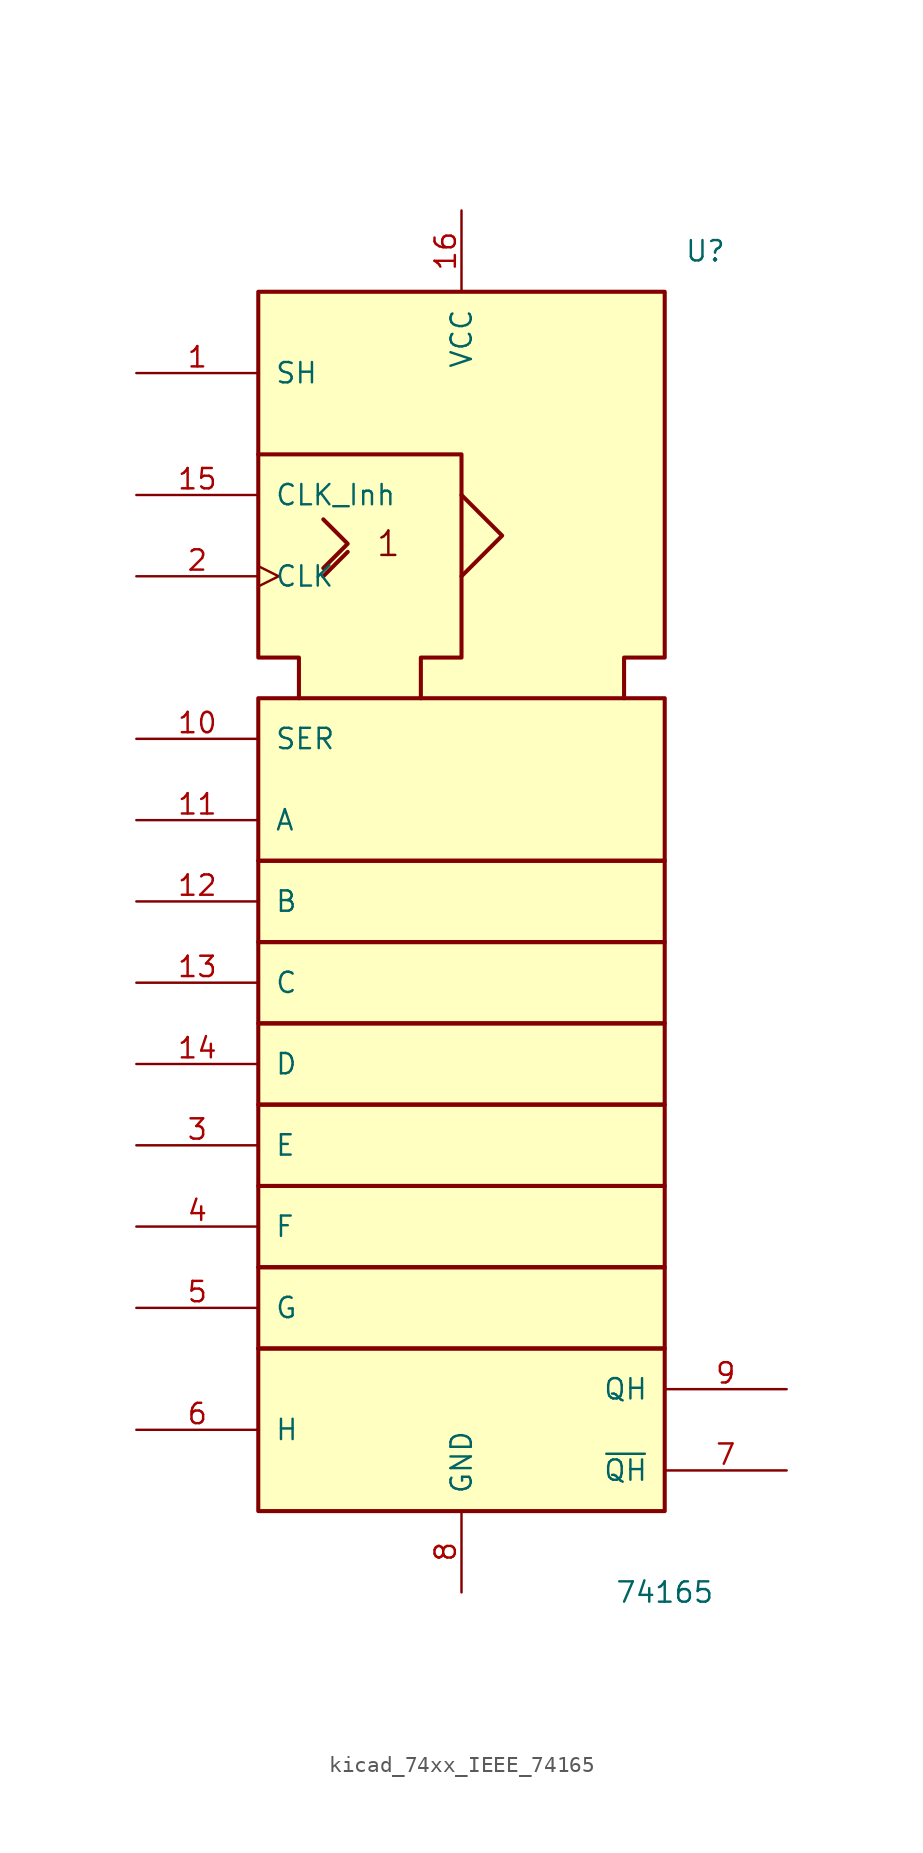
<source format=kicad_sym>
(kicad_symbol_lib
  (version 20220914)
  (generator kicad_symbol_editor)
  (symbol "kicad_74xx_IEEE_74165"
    (pin_names
      (offset 1.016))
    (property "Reference" "U"
      (at 15.24 30.48 0)
      (effects (font (size 1.27 1.27))))
    (property "Value" "74165"
      (at 12.7 -53.34 0)
      (effects (font (size 1.27 1.27))))
    (symbol "kicad_74xx_IEEE_74165_0_0"
      (rectangle (start -12.7 -38.1) (end -12.7 -38.1) (stroke (width 0.254) (type default)) (fill (type background)))
      (rectangle (start -12.7 -38.1) (end 12.7 -48.26) (stroke (width 0.254) (type default)) (fill (type background)))
      (rectangle (start -12.7 -33.02) (end 12.7 -38.1) (stroke (width 0.254) (type default)) (fill (type background)))
      (rectangle (start -12.7 -27.94) (end 12.7 -33.02) (stroke (width 0.254) (type default)) (fill (type background)))
      (rectangle (start -12.7 -22.86) (end 12.7 -27.94) (stroke (width 0.254) (type default)) (fill (type background)))
      (rectangle (start -12.7 -17.78) (end 12.7 -22.86) (stroke (width 0.254) (type default)) (fill (type background)))
      (rectangle (start -12.7 -12.7) (end 12.7 -17.78) (stroke (width 0.254) (type default)) (fill (type background)))
      (rectangle (start -12.7 -7.62) (end 12.7 -12.7) (stroke (width 0.254) (type default)) (fill (type background)))
      (rectangle (start -12.7 2.54) (end 12.7 -7.62) (stroke (width 0.254) (type default)) (fill (type background)))
      (polyline (pts (xy -8.636 10.16) (xy -7.112 11.684) (xy -7.112 11.684)) (stroke (width 0.254) (type default)) (fill (type background)))
      (polyline (pts (xy -8.636 13.716) (xy -7.112 12.192) (xy -8.636 10.668) (xy -8.636 10.668)) (stroke (width 0.254) (type default)) (fill (type background)))
      (polyline (pts (xy 0 15.24) (xy 2.54 12.7) (xy 0 10.16) (xy 0 10.16)) (stroke (width 0.254) (type default)) (fill (type background)))
      (polyline (pts (xy -12.7 17.78) (xy 0 17.78) (xy 0 5.08) (xy -2.54 5.08) (xy -2.54 2.54) (xy -2.54 2.54)) (stroke (width 0.254) (type default)) (fill (type background)))
      (polyline (pts (xy -10.16 2.54) (xy -10.16 5.08) (xy -12.7 5.08) (xy -12.7 27.94) (xy 12.7 27.94) (xy 12.7 5.08) (xy 10.16 5.08) (xy 10.16 2.54) (xy 10.16 2.54)) (stroke (width 0.254) (type default)) (fill (type background)))
      (text "1" (at -4.572 12.192 0) (effects (font (size 1.524 1.524)))))
    (symbol "kicad_74xx_IEEE_74165_0_1"
      (pin power_in line (at 0 -53.34 90) (length 5.08) (name "GND" (effects (font (size 1.27 1.27)))) (number "8" (effects (font (size 1.27 1.27))))))
    (symbol "kicad_74xx_IEEE_74165_1_1"
      (pin input line (at -20.32 22.86 0) (length 7.62) (name "SH" (effects (font (size 1.27 1.27)))) (number "1" (effects (font (size 1.27 1.27)))))
      (pin input line (at -20.32 0 0) (length 7.62) (name "SER" (effects (font (size 1.27 1.27)))) (number "10" (effects (font (size 1.27 1.27)))))
      (pin input line (at -20.32 -5.08 0) (length 7.62) (name "A" (effects (font (size 1.27 1.27)))) (number "11" (effects (font (size 1.27 1.27)))))
      (pin input line (at -20.32 -10.16 0) (length 7.62) (name "B" (effects (font (size 1.27 1.27)))) (number "12" (effects (font (size 1.27 1.27)))))
      (pin input line (at -20.32 -15.24 0) (length 7.62) (name "C" (effects (font (size 1.27 1.27)))) (number "13" (effects (font (size 1.27 1.27)))))
      (pin input line (at -20.32 -20.32 0) (length 7.62) (name "D" (effects (font (size 1.27 1.27)))) (number "14" (effects (font (size 1.27 1.27)))))
      (pin input line (at -20.32 15.24 0) (length 7.62) (name "CLK_Inh" (effects (font (size 1.27 1.27)))) (number "15" (effects (font (size 1.27 1.27)))))
      (pin power_in line (at 0 33.02 270) (length 5.08) (name "VCC" (effects (font (size 1.27 1.27)))) (number "16" (effects (font (size 1.27 1.27)))))
      (pin input clock (at -20.32 10.16 0) (length 7.62) (name "CLK" (effects (font (size 1.27 1.27)))) (number "2" (effects (font (size 1.27 1.27)))))
      (pin input line (at -20.32 -25.4 0) (length 7.62) (name "E" (effects (font (size 1.27 1.27)))) (number "3" (effects (font (size 1.27 1.27)))))
      (pin input line (at -20.32 -30.48 0) (length 7.62) (name "F" (effects (font (size 1.27 1.27)))) (number "4" (effects (font (size 1.27 1.27)))))
      (pin input line (at -20.32 -35.56 0) (length 7.62) (name "G" (effects (font (size 1.27 1.27)))) (number "5" (effects (font (size 1.27 1.27)))))
      (pin input line (at -20.32 -43.18 0) (length 7.62) (name "H" (effects (font (size 1.27 1.27)))) (number "6" (effects (font (size 1.27 1.27)))))
      (pin output line (at 20.32 -45.72 180) (length 7.62) (name "~{QH}" (effects (font (size 1.27 1.27)))) (number "7" (effects (font (size 1.27 1.27)))))
      (pin tri_state line (at 20.32 -40.64 180) (length 7.62) (name "QH" (effects (font (size 1.27 1.27)))) (number "9" (effects (font (size 1.27 1.27))))))))
</source>
